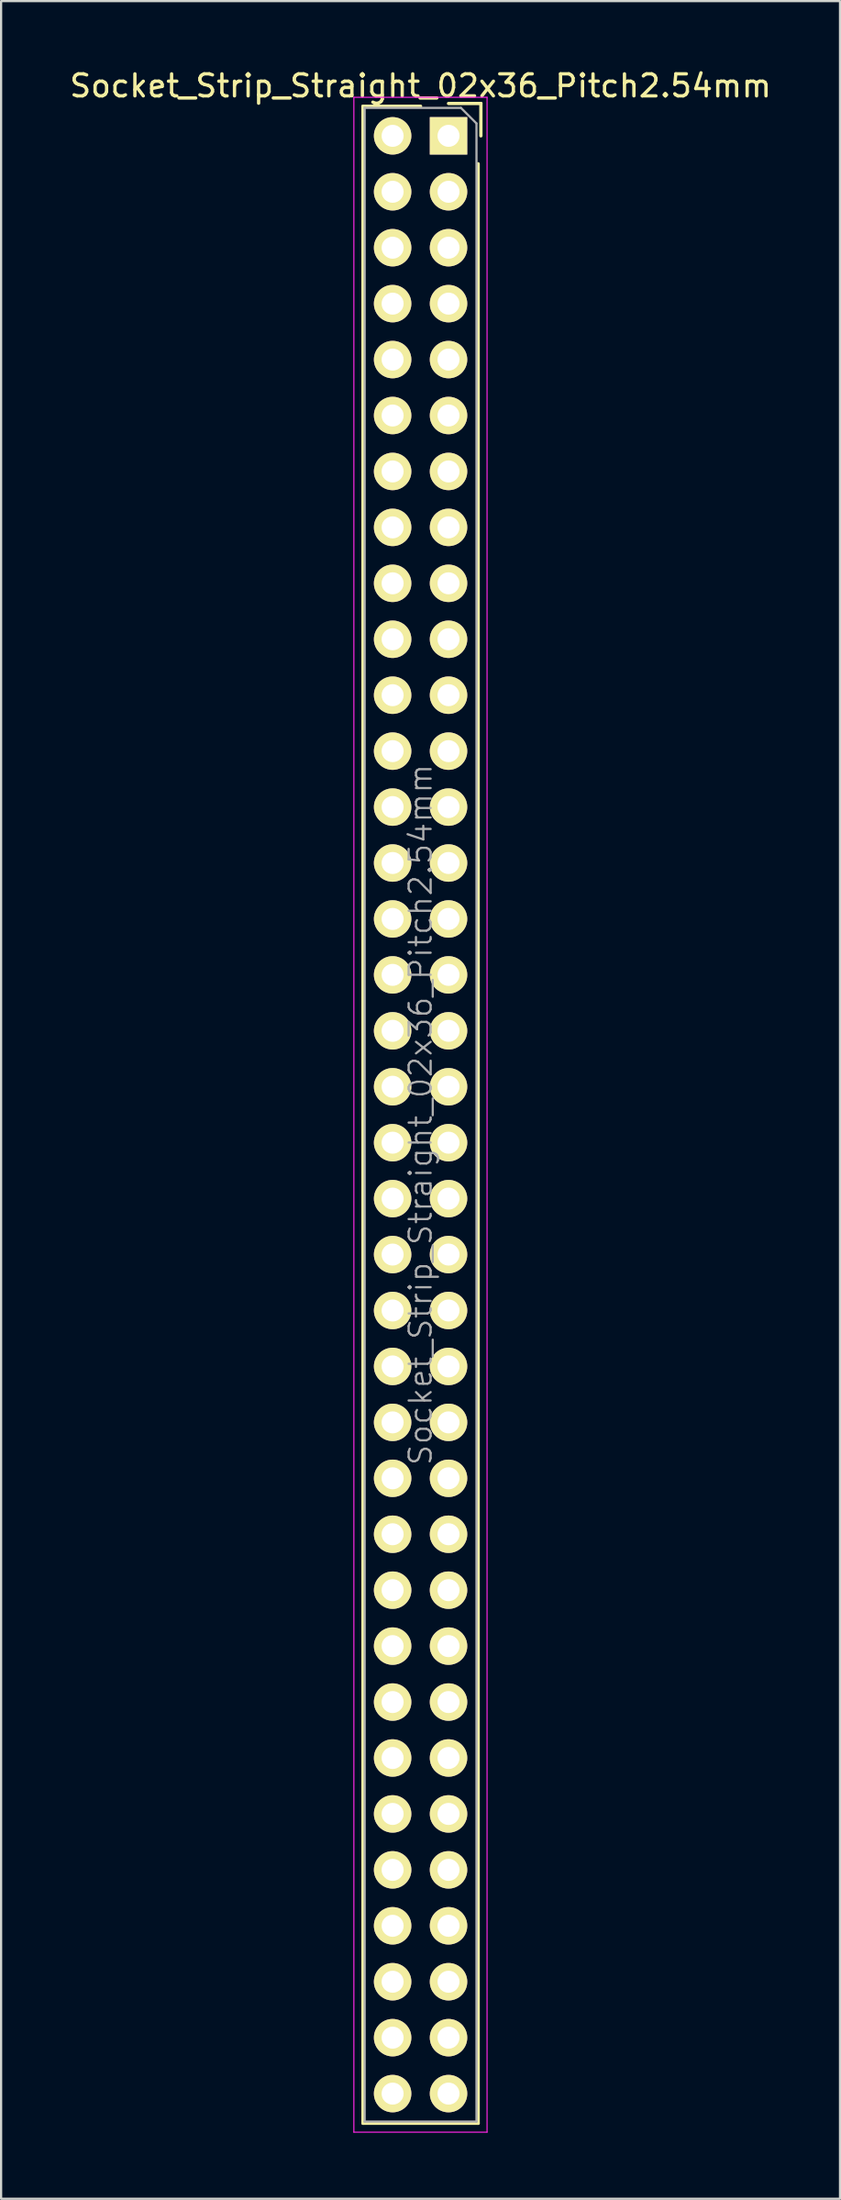
<source format=kicad_pcb>
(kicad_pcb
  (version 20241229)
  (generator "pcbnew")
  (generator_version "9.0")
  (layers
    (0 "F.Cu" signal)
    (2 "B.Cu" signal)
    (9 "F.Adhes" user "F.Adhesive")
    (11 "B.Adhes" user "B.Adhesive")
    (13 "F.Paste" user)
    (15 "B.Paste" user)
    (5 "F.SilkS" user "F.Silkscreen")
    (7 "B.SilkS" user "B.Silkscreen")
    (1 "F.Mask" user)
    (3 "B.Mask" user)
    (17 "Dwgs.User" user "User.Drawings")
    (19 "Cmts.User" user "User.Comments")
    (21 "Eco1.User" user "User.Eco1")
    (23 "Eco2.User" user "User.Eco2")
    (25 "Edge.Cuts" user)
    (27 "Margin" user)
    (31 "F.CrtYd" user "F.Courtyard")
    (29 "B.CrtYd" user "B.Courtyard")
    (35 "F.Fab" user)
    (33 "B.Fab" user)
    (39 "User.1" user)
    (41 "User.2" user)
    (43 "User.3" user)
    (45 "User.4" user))
  (footprint "Socket_Strip_Straight_02x36_Pitch2.54mm"
    (layer "F.Cu")
    (at 17.324 3.118)
    (property "Reference" "Socket_Strip_Straight_02x36_Pitch2.54mm" (at -1.27 -2.27 0) (layer "F.SilkS") (effects (font (size 1 1) (thickness 0.15))))
    (attr smd)
    (fp_line (start -3.885 -1.345) (end -3.885 90.245) (stroke (width 0.15) (type solid)) (layer "F.SilkS"))
    (fp_line (start -1.27 -1.345) (end -3.885 -1.345) (stroke (width 0.15) (type solid)) (layer "F.SilkS"))
    (fp_line (start 1.345 1.27) (end 1.345 90.245) (stroke (width 0.15) (type solid)) (layer "F.SilkS"))
    (fp_line (start 1.345 90.245) (end -3.885 90.245) (stroke (width 0.15) (type solid)) (layer "F.SilkS"))
    (fp_line (start 1.47 -1.47) (end 0 -1.47) (stroke (width 0.15) (type solid)) (layer "F.SilkS"))
    (fp_line (start 1.47 -1.47) (end 1.47 0) (stroke (width 0.15) (type solid)) (layer "F.SilkS"))
    (fp_line (start -4.3 -1.75) (end -4.3 90.65) (stroke (width 0.05) (type solid)) (layer "F.CrtYd"))
    (fp_line (start 1.75 -1.75) (end -4.3 -1.75) (stroke (width 0.05) (type solid)) (layer "F.CrtYd"))
    (fp_line (start 1.75 -1.75) (end 1.75 90.65) (stroke (width 0.05) (type solid)) (layer "F.CrtYd"))
    (fp_line (start 1.75 90.65) (end -4.3 90.65) (stroke (width 0.05) (type solid)) (layer "F.CrtYd"))
    (fp_line (start -3.81 -1.27) (end 0.563 -1.27) (stroke (width 0.1) (type solid)) (layer "F.Fab"))
    (fp_line (start -3.81 90.17) (end -3.81 -1.27) (stroke (width 0.1) (type solid)) (layer "F.Fab"))
    (fp_line (start -3.81 90.17) (end 1.27 90.17) (stroke (width 0.1) (type solid)) (layer "F.Fab"))
    (fp_line (start 1.27 -0.563) (end 0.563 -1.27) (stroke (width 0.1) (type solid)) (layer "F.Fab"))
    (fp_line (start 1.27 90.17) (end 1.27 -0.563) (stroke (width 0.1) (type solid)) (layer "F.Fab"))
    (fp_text user "${REFERENCE}" (at -1.27 44.45 90) (layer "F.Fab") (effects (font (size 1 1) (thickness 0.1))))
    (pad "1" thru_hole rect (at 0 0) (size 1.7 1.7) (drill 1) (layers "*.Cu" "*.Mask" "F.SilkS"))
    (pad "2" thru_hole oval (at -2.54 0) (size 1.7 1.7) (drill 1) (layers "*.Cu" "*.Mask" "F.SilkS"))
    (pad "3" thru_hole oval (at 0 2.54) (size 1.7 1.7) (drill 1) (layers "*.Cu" "*.Mask" "F.SilkS"))
    (pad "4" thru_hole oval (at -2.54 2.54) (size 1.7 1.7) (drill 1) (layers "*.Cu" "*.Mask" "F.SilkS"))
    (pad "5" thru_hole oval (at 0 5.08) (size 1.7 1.7) (drill 1) (layers "*.Cu" "*.Mask" "F.SilkS"))
    (pad "6" thru_hole oval (at -2.54 5.08) (size 1.7 1.7) (drill 1) (layers "*.Cu" "*.Mask" "F.SilkS"))
    (pad "7" thru_hole oval (at 0 7.62) (size 1.7 1.7) (drill 1) (layers "*.Cu" "*.Mask" "F.SilkS"))
    (pad "8" thru_hole oval (at -2.54 7.62) (size 1.7 1.7) (drill 1) (layers "*.Cu" "*.Mask" "F.SilkS"))
    (pad "9" thru_hole oval (at 0 10.16) (size 1.7 1.7) (drill 1) (layers "*.Cu" "*.Mask" "F.SilkS"))
    (pad "10" thru_hole oval (at -2.54 10.16) (size 1.7 1.7) (drill 1) (layers "*.Cu" "*.Mask" "F.SilkS"))
    (pad "11" thru_hole oval (at 0 12.7) (size 1.7 1.7) (drill 1) (layers "*.Cu" "*.Mask" "F.SilkS"))
    (pad "12" thru_hole oval (at -2.54 12.7) (size 1.7 1.7) (drill 1) (layers "*.Cu" "*.Mask" "F.SilkS"))
    (pad "13" thru_hole oval (at 0 15.24) (size 1.7 1.7) (drill 1) (layers "*.Cu" "*.Mask" "F.SilkS"))
    (pad "14" thru_hole oval (at -2.54 15.24) (size 1.7 1.7) (drill 1) (layers "*.Cu" "*.Mask" "F.SilkS"))
    (pad "15" thru_hole oval (at 0 17.78) (size 1.7 1.7) (drill 1) (layers "*.Cu" "*.Mask" "F.SilkS"))
    (pad "16" thru_hole oval (at -2.54 17.78) (size 1.7 1.7) (drill 1) (layers "*.Cu" "*.Mask" "F.SilkS"))
    (pad "17" thru_hole oval (at 0 20.32) (size 1.7 1.7) (drill 1) (layers "*.Cu" "*.Mask" "F.SilkS"))
    (pad "18" thru_hole oval (at -2.54 20.32) (size 1.7 1.7) (drill 1) (layers "*.Cu" "*.Mask" "F.SilkS"))
    (pad "19" thru_hole oval (at 0 22.86) (size 1.7 1.7) (drill 1) (layers "*.Cu" "*.Mask" "F.SilkS"))
    (pad "20" thru_hole oval (at -2.54 22.86) (size 1.7 1.7) (drill 1) (layers "*.Cu" "*.Mask" "F.SilkS"))
    (pad "21" thru_hole oval (at 0 25.4) (size 1.7 1.7) (drill 1) (layers "*.Cu" "*.Mask" "F.SilkS"))
    (pad "22" thru_hole oval (at -2.54 25.4) (size 1.7 1.7) (drill 1) (layers "*.Cu" "*.Mask" "F.SilkS"))
    (pad "23" thru_hole oval (at 0 27.94) (size 1.7 1.7) (drill 1) (layers "*.Cu" "*.Mask" "F.SilkS"))
    (pad "24" thru_hole oval (at -2.54 27.94) (size 1.7 1.7) (drill 1) (layers "*.Cu" "*.Mask" "F.SilkS"))
    (pad "25" thru_hole oval (at 0 30.48) (size 1.7 1.7) (drill 1) (layers "*.Cu" "*.Mask" "F.SilkS"))
    (pad "26" thru_hole oval (at -2.54 30.48) (size 1.7 1.7) (drill 1) (layers "*.Cu" "*.Mask" "F.SilkS"))
    (pad "27" thru_hole oval (at 0 33.02) (size 1.7 1.7) (drill 1) (layers "*.Cu" "*.Mask" "F.SilkS"))
    (pad "28" thru_hole oval (at -2.54 33.02) (size 1.7 1.7) (drill 1) (layers "*.Cu" "*.Mask" "F.SilkS"))
    (pad "29" thru_hole oval (at 0 35.56) (size 1.7 1.7) (drill 1) (layers "*.Cu" "*.Mask" "F.SilkS"))
    (pad "30" thru_hole oval (at -2.54 35.56) (size 1.7 1.7) (drill 1) (layers "*.Cu" "*.Mask" "F.SilkS"))
    (pad "31" thru_hole oval (at 0 38.1) (size 1.7 1.7) (drill 1) (layers "*.Cu" "*.Mask" "F.SilkS"))
    (pad "32" thru_hole oval (at -2.54 38.1) (size 1.7 1.7) (drill 1) (layers "*.Cu" "*.Mask" "F.SilkS"))
    (pad "33" thru_hole oval (at 0 40.64) (size 1.7 1.7) (drill 1) (layers "*.Cu" "*.Mask" "F.SilkS"))
    (pad "34" thru_hole oval (at -2.54 40.64) (size 1.7 1.7) (drill 1) (layers "*.Cu" "*.Mask" "F.SilkS"))
    (pad "35" thru_hole oval (at 0 43.18) (size 1.7 1.7) (drill 1) (layers "*.Cu" "*.Mask" "F.SilkS"))
    (pad "36" thru_hole oval (at -2.54 43.18) (size 1.7 1.7) (drill 1) (layers "*.Cu" "*.Mask" "F.SilkS"))
    (pad "37" thru_hole oval (at 0 45.72) (size 1.7 1.7) (drill 1) (layers "*.Cu" "*.Mask" "F.SilkS"))
    (pad "38" thru_hole oval (at -2.54 45.72) (size 1.7 1.7) (drill 1) (layers "*.Cu" "*.Mask" "F.SilkS"))
    (pad "39" thru_hole oval (at 0 48.26) (size 1.7 1.7) (drill 1) (layers "*.Cu" "*.Mask" "F.SilkS"))
    (pad "40" thru_hole oval (at -2.54 48.26) (size 1.7 1.7) (drill 1) (layers "*.Cu" "*.Mask" "F.SilkS"))
    (pad "41" thru_hole oval (at 0 50.8) (size 1.7 1.7) (drill 1) (layers "*.Cu" "*.Mask" "F.SilkS"))
    (pad "42" thru_hole oval (at -2.54 50.8) (size 1.7 1.7) (drill 1) (layers "*.Cu" "*.Mask" "F.SilkS"))
    (pad "43" thru_hole oval (at 0 53.34) (size 1.7 1.7) (drill 1) (layers "*.Cu" "*.Mask" "F.SilkS"))
    (pad "44" thru_hole oval (at -2.54 53.34) (size 1.7 1.7) (drill 1) (layers "*.Cu" "*.Mask" "F.SilkS"))
    (pad "45" thru_hole oval (at 0 55.88) (size 1.7 1.7) (drill 1) (layers "*.Cu" "*.Mask" "F.SilkS"))
    (pad "46" thru_hole oval (at -2.54 55.88) (size 1.7 1.7) (drill 1) (layers "*.Cu" "*.Mask" "F.SilkS"))
    (pad "47" thru_hole oval (at 0 58.42) (size 1.7 1.7) (drill 1) (layers "*.Cu" "*.Mask" "F.SilkS"))
    (pad "48" thru_hole oval (at -2.54 58.42) (size 1.7 1.7) (drill 1) (layers "*.Cu" "*.Mask" "F.SilkS"))
    (pad "49" thru_hole oval (at 0 60.96) (size 1.7 1.7) (drill 1) (layers "*.Cu" "*.Mask" "F.SilkS"))
    (pad "50" thru_hole oval (at -2.54 60.96) (size 1.7 1.7) (drill 1) (layers "*.Cu" "*.Mask" "F.SilkS"))
    (pad "51" thru_hole oval (at 0 63.5) (size 1.7 1.7) (drill 1) (layers "*.Cu" "*.Mask" "F.SilkS"))
    (pad "52" thru_hole oval (at -2.54 63.5) (size 1.7 1.7) (drill 1) (layers "*.Cu" "*.Mask" "F.SilkS"))
    (pad "53" thru_hole oval (at 0 66.04) (size 1.7 1.7) (drill 1) (layers "*.Cu" "*.Mask" "F.SilkS"))
    (pad "54" thru_hole oval (at -2.54 66.04) (size 1.7 1.7) (drill 1) (layers "*.Cu" "*.Mask" "F.SilkS"))
    (pad "55" thru_hole oval (at 0 68.58) (size 1.7 1.7) (drill 1) (layers "*.Cu" "*.Mask" "F.SilkS"))
    (pad "56" thru_hole oval (at -2.54 68.58) (size 1.7 1.7) (drill 1) (layers "*.Cu" "*.Mask" "F.SilkS"))
    (pad "57" thru_hole oval (at 0 71.12) (size 1.7 1.7) (drill 1) (layers "*.Cu" "*.Mask" "F.SilkS"))
    (pad "58" thru_hole oval (at -2.54 71.12) (size 1.7 1.7) (drill 1) (layers "*.Cu" "*.Mask" "F.SilkS"))
    (pad "59" thru_hole oval (at 0 73.66) (size 1.7 1.7) (drill 1) (layers "*.Cu" "*.Mask" "F.SilkS"))
    (pad "60" thru_hole oval (at -2.54 73.66) (size 1.7 1.7) (drill 1) (layers "*.Cu" "*.Mask" "F.SilkS"))
    (pad "61" thru_hole oval (at 0 76.2) (size 1.7 1.7) (drill 1) (layers "*.Cu" "*.Mask" "F.SilkS"))
    (pad "62" thru_hole oval (at -2.54 76.2) (size 1.7 1.7) (drill 1) (layers "*.Cu" "*.Mask" "F.SilkS"))
    (pad "63" thru_hole oval (at 0 78.74) (size 1.7 1.7) (drill 1) (layers "*.Cu" "*.Mask" "F.SilkS"))
    (pad "64" thru_hole oval (at -2.54 78.74) (size 1.7 1.7) (drill 1) (layers "*.Cu" "*.Mask" "F.SilkS"))
    (pad "65" thru_hole oval (at 0 81.28) (size 1.7 1.7) (drill 1) (layers "*.Cu" "*.Mask" "F.SilkS"))
    (pad "66" thru_hole oval (at -2.54 81.28) (size 1.7 1.7) (drill 1) (layers "*.Cu" "*.Mask" "F.SilkS"))
    (pad "67" thru_hole oval (at 0 83.82) (size 1.7 1.7) (drill 1) (layers "*.Cu" "*.Mask" "F.SilkS"))
    (pad "68" thru_hole oval (at -2.54 83.82) (size 1.7 1.7) (drill 1) (layers "*.Cu" "*.Mask" "F.SilkS"))
    (pad "69" thru_hole oval (at 0 86.36) (size 1.7 1.7) (drill 1) (layers "*.Cu" "*.Mask" "F.SilkS"))
    (pad "70" thru_hole oval (at -2.54 86.36) (size 1.7 1.7) (drill 1) (layers "*.Cu" "*.Mask" "F.SilkS"))
    (pad "71" thru_hole oval (at 0 88.9) (size 1.7 1.7) (drill 1) (layers "*.Cu" "*.Mask" "F.SilkS"))
    (pad "72" thru_hole oval (at -2.54 88.9) (size 1.7 1.7) (drill 1) (layers "*.Cu" "*.Mask" "F.SilkS")))
  (gr_rect
    (start -3 -3)
    (end 35.107 96.793)
    (stroke (width 0.1) (type default))
    (fill no)
    (layer "Edge.Cuts")))
</source>
